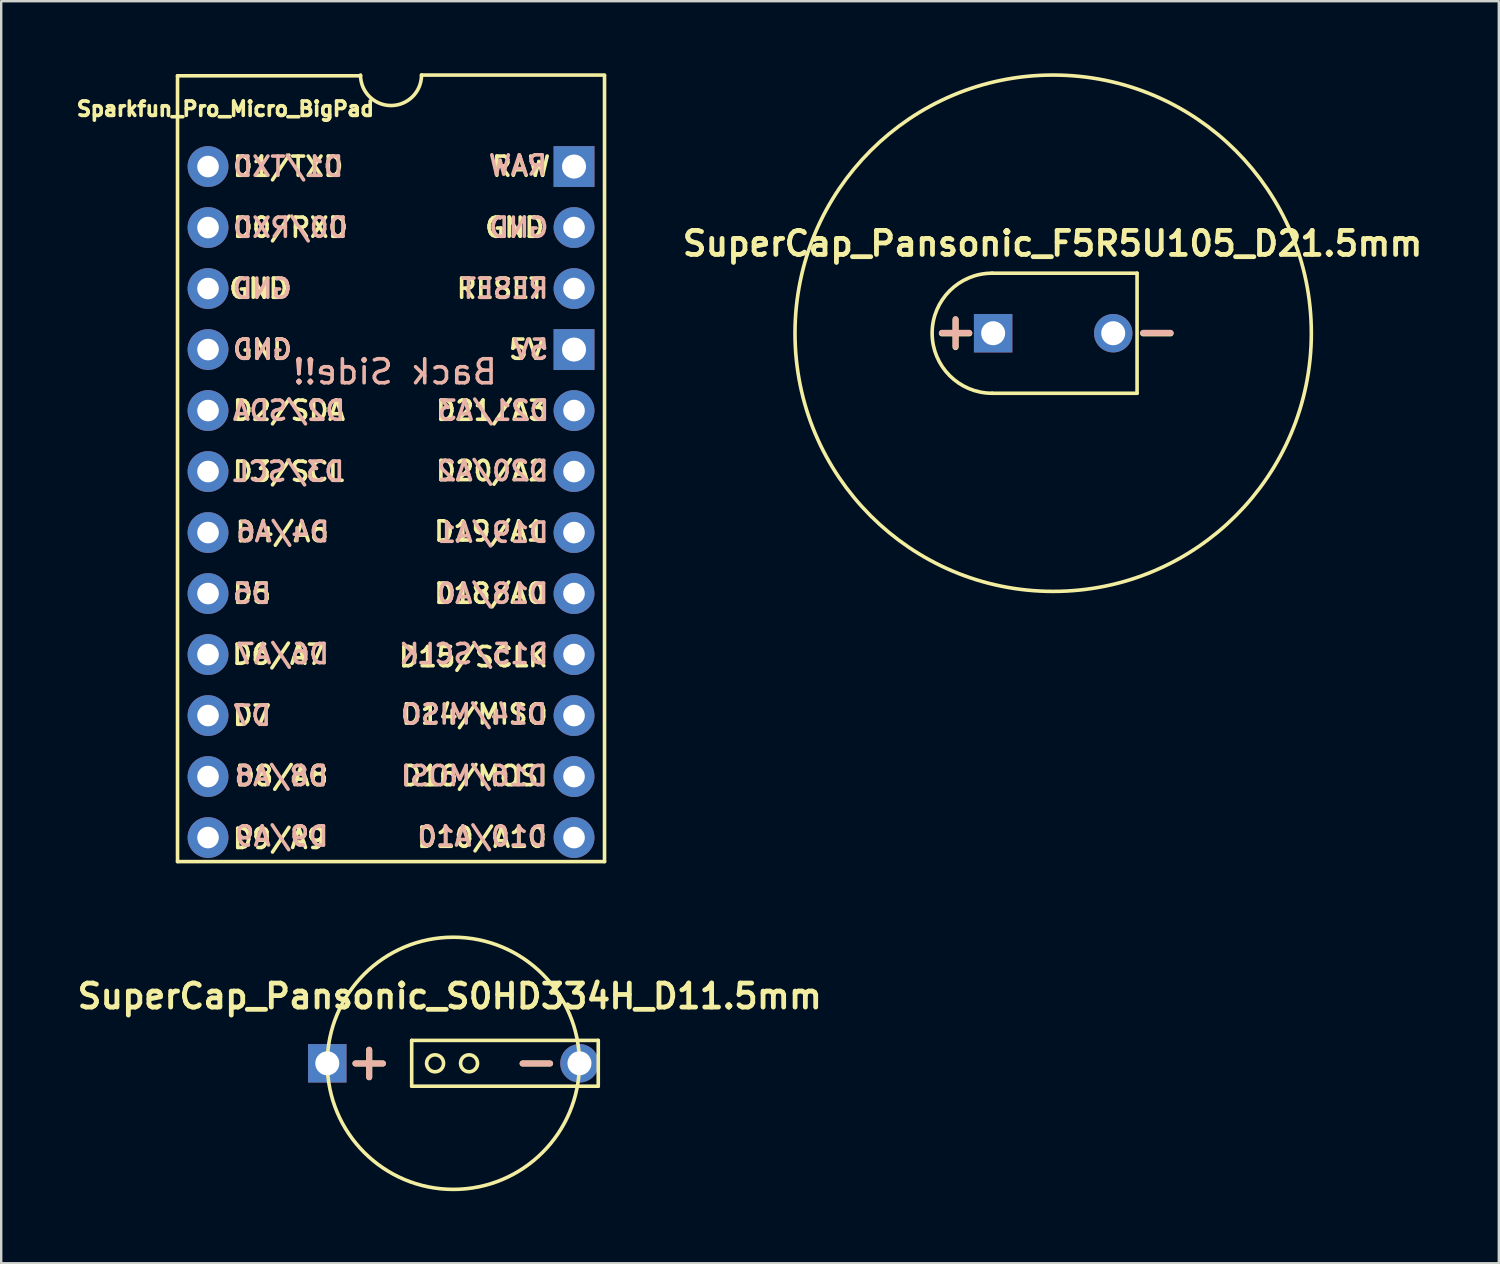
<source format=kicad_pcb>
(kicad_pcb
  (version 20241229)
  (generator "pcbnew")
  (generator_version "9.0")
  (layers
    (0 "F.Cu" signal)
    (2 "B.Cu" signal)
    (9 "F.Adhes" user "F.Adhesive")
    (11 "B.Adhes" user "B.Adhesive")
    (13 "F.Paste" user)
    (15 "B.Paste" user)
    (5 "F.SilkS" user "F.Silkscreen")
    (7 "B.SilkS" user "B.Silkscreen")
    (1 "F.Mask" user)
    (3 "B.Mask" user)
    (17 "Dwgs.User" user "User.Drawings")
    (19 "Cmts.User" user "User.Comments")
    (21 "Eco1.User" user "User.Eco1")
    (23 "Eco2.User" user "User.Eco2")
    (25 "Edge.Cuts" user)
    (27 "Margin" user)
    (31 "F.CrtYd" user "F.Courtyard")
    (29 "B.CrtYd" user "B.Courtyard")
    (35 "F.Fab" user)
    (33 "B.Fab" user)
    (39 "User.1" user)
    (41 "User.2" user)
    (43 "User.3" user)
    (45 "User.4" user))
  (footprint "Sparkfun_Pro_Micro_BigPad"
    (layer "F.Cu")
    (at 13.257 16.61)
    (property "Reference" "Sparkfun_Pro_Micro_BigPad" (at -6.921 -15.126 0) (layer "F.SilkS") (effects (font (size 0.6 0.6) (thickness 0.15))))
    (attr through_hole)
    (fp_line (start -8.915 16.215) (end -8.915 -16.505) (stroke (width 0.15) (type solid)) (layer "F.SilkS"))
    (fp_line (start -8.915 16.215) (end 8.865 16.215) (stroke (width 0.15) (type solid)) (layer "F.SilkS"))
    (fp_line (start -1.295 -16.505) (end -8.915 -16.505) (stroke (width 0.15) (type solid)) (layer "F.SilkS"))
    (fp_line (start 8.865 -16.535) (end 1.245 -16.535) (stroke (width 0.15) (type solid)) (layer "F.SilkS"))
    (fp_line (start 8.865 -16.505) (end 8.865 16.215) (stroke (width 0.15) (type solid)) (layer "F.SilkS"))
    (fp_arc (start 1.2446 -16.5354) (mid -0.0254 -15.2654) (end -1.2954 -16.5354) (stroke (width 0.15) (type solid)) (layer "F.SilkS"))
    (fp_text user "D19/A1" (at 4.089 2.464 0) (layer "F.SilkS") (effects (font (size 0.8 0.8) (thickness 0.15))))
    (fp_text user "D1/TXD" (at -4.312 -12.725 0) (layer "F.SilkS") (effects (font (size 0.8 0.8) (thickness 0.15))))
    (fp_text user "D0/RXD" (at -4.216 -10.185 0) (layer "F.SilkS") (effects (font (size 0.8 0.8) (thickness 0.15))))
    (fp_text user "D10/A10" (at 3.759 15.215 0) (layer "F.SilkS") (effects (font (size 0.8 0.8) (thickness 0.15))))
    (fp_text user "D20/A2" (at 4.166 -0.051 0) (layer "F.SilkS") (effects (font (size 0.8 0.8) (thickness 0.15))))
    (fp_text user "D4/A6" (at -6.579 2.489 0) (layer "F.SilkS") (effects (font (size 0.8 0.8) (thickness 0.15)) (justify left)))
    (fp_text user "D6/A7" (at -4.699 7.595 0) (layer "F.SilkS") (effects (font (size 0.8 0.8) (thickness 0.15))))
    (fp_text user "D5" (at -5.816 5.055 0) (layer "F.SilkS") (effects (font (size 0.8 0.8) (thickness 0.15))))
    (fp_text user "D21/A3" (at 4.166 -2.565 0) (layer "F.SilkS") (effects (font (size 0.8 0.8) (thickness 0.15))))
    (fp_text user "RESET" (at 4.534 -7.645 0) (layer "F.SilkS") (effects (font (size 0.8 0.8) (thickness 0.15))))
    (fp_text user "D8/A8" (at -6.604 12.649 0) (layer "F.SilkS") (effects (font (size 0.8 0.8) (thickness 0.15)) (justify left)))
    (fp_text user "D3/SCL" (at -4.293 -0.025 0) (layer "F.SilkS") (effects (font (size 0.8 0.8) (thickness 0.15))))
    (fp_text user "D7" (at -5.816 10.135 0) (layer "F.SilkS") (effects (font (size 0.8 0.8) (thickness 0.15))))
    (fp_text user "D16/MOSI" (at 3.454 12.649 0) (layer "F.SilkS") (effects (font (size 0.8 0.8) (thickness 0.15))))
    (fp_text user "D9/A9" (at -4.674 15.265 0) (layer "F.SilkS") (effects (font (size 0.8 0.8) (thickness 0.15))))
    (fp_text user "GND" (at -5.378 -5.105 0) (layer "F.SilkS") (effects (font (size 0.8 0.8) (thickness 0.15))))
    (fp_text user "D2/SDA" (at -4.274 -2.565 0) (layer "F.SilkS") (effects (font (size 0.8 0.8) (thickness 0.15))))
    (fp_text user "GND" (at 5.124 -10.185 0) (layer "F.SilkS") (effects (font (size 0.8 0.8) (thickness 0.15))))
    (fp_text user "GND" (at -4.216 -7.645 0) (layer "F.SilkS") (effects (font (size 0.8 0.8) (thickness 0.15)) (justify right)))
    (fp_text user "D18/A0" (at 4.089 5.055 0) (layer "F.SilkS") (effects (font (size 0.8 0.8) (thickness 0.15))))
    (fp_text user "5V" (at 5.62 -5.105 0) (layer "F.SilkS") (effects (font (size 0.8 0.8) (thickness 0.15))))
    (fp_text user "D14/MISO" (at 3.454 10.084 0) (layer "F.SilkS") (effects (font (size 0.8 0.8) (thickness 0.15))))
    (fp_text user "RAW" (at 5.391 -12.725 0) (layer "F.SilkS") (effects (font (size 0.8 0.8) (thickness 0.15))))
    (fp_text user "D15/SCLK" (at 3.404 7.696 0) (layer "F.SilkS") (effects (font (size 0.8 0.8) (thickness 0.15))))
    (fp_text user "D8/A8" (at -4.597 12.649 0) (layer "B.SilkS") (effects (font (size 0.8 0.8) (thickness 0.15)) (justify mirror)))
    (fp_text user "D15/SCLK" (at 3.429 7.569 0) (layer "B.SilkS") (effects (font (size 0.8 0.8) (thickness 0.15)) (justify mirror)))
    (fp_text user "Back Side!!" (at 0.14 -4.178 0) (layer "B.SilkS") (effects (font (size 1 1) (thickness 0.15)) (justify mirror)))
    (fp_text user "D21/A3" (at 4.242 -2.565 0) (layer "B.SilkS") (effects (font (size 0.8 0.8) (thickness 0.15)) (justify mirror)))
    (fp_text user "RESET" (at 4.705 -7.645 0) (layer "B.SilkS") (effects (font (size 0.8 0.8) (thickness 0.15)) (justify mirror)))
    (fp_text user "D10/A10" (at 3.785 15.164 0) (layer "B.SilkS") (effects (font (size 0.8 0.8) (thickness 0.15)) (justify mirror)))
    (fp_text user "D3/SCL" (at -4.293 -0.025 0) (layer "B.SilkS") (effects (font (size 0.8 0.8) (thickness 0.15)) (justify mirror)))
    (fp_text user "D2/SDA" (at -4.274 -2.565 0) (layer "B.SilkS") (effects (font (size 0.8 0.8) (thickness 0.15)) (justify mirror)))
    (fp_text user "D1/TXD" (at -4.312 -12.725 0) (layer "B.SilkS") (effects (font (size 0.8 0.8) (thickness 0.15)) (justify mirror)))
    (fp_text user "5V" (at 5.791 -5.105 0) (layer "B.SilkS") (effects (font (size 0.8 0.8) (thickness 0.15)) (justify mirror)))
    (fp_text user "GND" (at 5.296 -10.185 0) (layer "B.SilkS") (effects (font (size 0.8 0.8) (thickness 0.15)) (justify mirror)))
    (fp_text user "D7" (at -5.816 10.135 0) (layer "B.SilkS") (effects (font (size 0.8 0.8) (thickness 0.15)) (justify mirror)))
    (fp_text user "D16/MOSI" (at 3.429 12.649 0) (layer "B.SilkS") (effects (font (size 0.8 0.8) (thickness 0.15)) (justify mirror)))
    (fp_text user "D0/RXD" (at -4.216 -10.185 0) (layer "B.SilkS") (effects (font (size 0.8 0.8) (thickness 0.15)) (justify mirror)))
    (fp_text user "D19/A1" (at 4.216 2.515 0) (layer "B.SilkS") (effects (font (size 0.8 0.8) (thickness 0.15)) (justify mirror)))
    (fp_text user "GND" (at -5.378 -5.105 0) (layer "B.SilkS") (effects (font (size 0.8 0.8) (thickness 0.15)) (justify mirror)))
    (fp_text user "D18/A0" (at 4.21 5.055 0) (layer "B.SilkS") (effects (font (size 0.8 0.8) (thickness 0.15)) (justify mirror)))
    (fp_text user "D14/MISO" (at 3.429 10.084 0) (layer "B.SilkS") (effects (font (size 0.8 0.8) (thickness 0.15)) (justify mirror)))
    (fp_text user "D20/A2" (at 4.216 -0.051 0) (layer "B.SilkS") (effects (font (size 0.8 0.8) (thickness 0.15)) (justify mirror)))
    (fp_text user "D9/A9" (at -4.572 15.164 0) (layer "B.SilkS") (effects (font (size 0.8 0.8) (thickness 0.15)) (justify mirror)))
    (fp_text user "D5" (at -5.816 5.055 0) (layer "B.SilkS") (effects (font (size 0.8 0.8) (thickness 0.15)) (justify mirror)))
    (fp_text user "RAW" (at 5.258 -12.776 0) (layer "B.SilkS") (effects (font (size 0.8 0.8) (thickness 0.15)) (justify mirror)))
    (fp_text user "GND" (at -5.385 -7.645 0) (layer "B.SilkS") (effects (font (size 0.8 0.8) (thickness 0.15)) (justify mirror)))
    (fp_text user "D4/A6" (at -6.553 2.489 0) (layer "B.SilkS") (effects (font (size 0.8 0.8) (thickness 0.15)) (justify right mirror)))
    (fp_text user "D6/A7" (at -4.547 7.569 0) (layer "B.SilkS") (effects (font (size 0.8 0.8) (thickness 0.15)) (justify mirror)))
    (pad "1" thru_hole circle (at -7.645 -12.725) (size 1.7 1.7) (drill 0.9) (layers "*.Cu" "*.Mask"))
    (pad "2" thru_hole circle (at -7.645 -10.185) (size 1.7 1.7) (drill 0.9) (layers "*.Cu" "*.Mask"))
    (pad "3" thru_hole circle (at -7.645 -7.645) (size 1.7 1.7) (drill 0.9) (layers "*.Cu" "*.Mask"))
    (pad "4" thru_hole circle (at -7.645 -5.105) (size 1.7 1.7) (drill 0.9) (layers "*.Cu" "*.Mask"))
    (pad "5" thru_hole circle (at -7.645 -2.565) (size 1.7 1.7) (drill 0.9) (layers "*.Cu" "*.Mask"))
    (pad "6" thru_hole circle (at -7.645 -0.025) (size 1.7 1.7) (drill 0.9) (layers "*.Cu" "*.Mask"))
    (pad "7" thru_hole circle (at -7.645 2.515) (size 1.7 1.7) (drill 0.9) (layers "*.Cu" "*.Mask"))
    (pad "8" thru_hole circle (at -7.645 5.055) (size 1.7 1.7) (drill 0.9) (layers "*.Cu" "*.Mask"))
    (pad "9" thru_hole circle (at -7.645 7.595) (size 1.7 1.7) (drill 0.9) (layers "*.Cu" "*.Mask"))
    (pad "10" thru_hole circle (at -7.645 10.135) (size 1.7 1.7) (drill 0.9) (layers "*.Cu" "*.Mask"))
    (pad "11" thru_hole circle (at -7.645 12.675) (size 1.7 1.7) (drill 0.9) (layers "*.Cu" "*.Mask"))
    (pad "12" thru_hole circle (at -7.645 15.215) (size 1.7 1.7) (drill 0.9) (layers "*.Cu" "*.Mask"))
    (pad "13" thru_hole circle (at 7.595 15.215) (size 1.7 1.7) (drill 0.9) (layers "*.Cu" "*.Mask"))
    (pad "14" thru_hole circle (at 7.595 12.675) (size 1.7 1.7) (drill 0.9) (layers "*.Cu" "*.Mask"))
    (pad "15" thru_hole circle (at 7.595 10.135) (size 1.7 1.7) (drill 0.9) (layers "*.Cu" "*.Mask"))
    (pad "16" thru_hole circle (at 7.595 7.595) (size 1.7 1.7) (drill 0.9) (layers "*.Cu" "*.Mask"))
    (pad "17" thru_hole circle (at 7.595 5.055) (size 1.7 1.7) (drill 0.9) (layers "*.Cu" "*.Mask"))
    (pad "18" thru_hole circle (at 7.595 2.515) (size 1.7 1.7) (drill 0.9) (layers "*.Cu" "*.Mask"))
    (pad "19" thru_hole circle (at 7.595 -0.025) (size 1.7 1.7) (drill 0.9) (layers "*.Cu" "*.Mask"))
    (pad "20" thru_hole circle (at 7.595 -2.565) (size 1.7 1.7) (drill 0.9) (layers "*.Cu" "*.Mask"))
    (pad "21" thru_hole rect (at 7.595 -5.105) (size 1.7 1.7) (drill 1) (layers "*.Cu" "*.Mask"))
    (pad "22" thru_hole circle (at 7.595 -7.645) (size 1.7 1.7) (drill 0.9) (layers "*.Cu" "*.Mask"))
    (pad "23" thru_hole circle (at 7.595 -10.185) (size 1.7 1.7) (drill 0.9) (layers "*.Cu" "*.Mask"))
    (pad "24" thru_hole rect (at 7.595 -12.725) (size 1.7 1.7) (drill 1) (layers "*.Cu" "*.Mask")))
  (footprint "SuperCap_Pansonic_F5R5U105_D21.5mm"
    (layer "F.Cu")
    (at 40.803 10.825)
    (property "Reference" "SuperCap_Pansonic_F5R5U105_D21.5mm" (at -0.025 -3.734 0) (layer "F.SilkS") (effects (font (size 1 1) (thickness 0.2))))
    (attr through_hole)
    (fp_line (start -2.54 2.5) (end 3.493 2.5) (stroke (width 0.15) (type solid)) (layer "F.SilkS"))
    (fp_line (start 3.493 -2.5) (end -2.54 -2.5) (stroke (width 0.15) (type solid)) (layer "F.SilkS"))
    (fp_line (start 3.493 2.5) (end 3.493 -2.5) (stroke (width 0.15) (type solid)) (layer "F.SilkS"))
    (fp_arc (start -2.54 2.5) (mid -5.04 0) (end -2.54 -2.5) (stroke (width 0.15) (type solid)) (layer "F.SilkS"))
    (fp_circle (center 0 0) (end 10.75 0) (stroke (width 0.15) (type solid)) (fill no) (layer "F.SilkS"))
    (fp_text user "-" (at 4.318 -0.102 0) (layer "F.SilkS") (effects (font (size 1.5 1.5) (thickness 0.25))))
    (fp_text user "+" (at -4.064 -0.102 0) (layer "F.SilkS") (effects (font (size 1.5 1.5) (thickness 0.25))))
    (fp_text user "-" (at 4.318 -0.127 0) (layer "B.SilkS") (effects (font (size 1.5 1.5) (thickness 0.25)) (justify mirror)))
    (fp_text user "+" (at -4.064 -0.127 0) (layer "B.SilkS") (effects (font (size 1.5 1.5) (thickness 0.25)) (justify mirror)))
    (pad "1" thru_hole rect (at -2.5 0) (size 1.6 1.6) (drill 1) (layers "*.Cu" "*.Mask"))
    (pad "2" thru_hole circle (at 2.5 0) (size 1.6 1.6) (drill 1) (layers "*.Cu" "*.Mask")))
  (footprint "SuperCap_Pansonic_S0HD334H_D11.5mm"
    (layer "F.Cu")
    (at 10.596 41.225)
    (property "Reference" "SuperCap_Pansonic_S0HD334H_D11.5mm" (at 5.08 -2.794 0) (layer "F.SilkS") (effects (font (size 1 1) (thickness 0.2))))
    (attr through_hole)
    (fp_line (start 3.496 -0.953) (end 3.496 0.953) (stroke (width 0.15) (type solid)) (layer "F.SilkS"))
    (fp_line (start 11.265 -0.953) (end 3.496 -0.953) (stroke (width 0.15) (type solid)) (layer "F.SilkS"))
    (fp_line (start 11.265 -0.953) (end 11.265 0.953) (stroke (width 0.15) (type solid)) (layer "F.SilkS"))
    (fp_line (start 11.265 0.953) (end 3.496 0.953) (stroke (width 0.15) (type solid)) (layer "F.SilkS"))
    (fp_circle (center 4.47 0) (end 4.823 0) (stroke (width 0.15) (type solid)) (fill no) (layer "F.SilkS"))
    (fp_circle (center 5.232 0) (end 10.482 0) (stroke (width 0.15) (type solid)) (fill no) (layer "F.SilkS"))
    (fp_circle (center 5.885 0) (end 6.238 0) (stroke (width 0.15) (type solid)) (fill no) (layer "F.SilkS"))
    (fp_text user "-" (at 8.687 -0.102 0) (layer "F.SilkS") (effects (font (size 1.5 1.5) (thickness 0.25))))
    (fp_text user "+" (at 1.727 -0.102 180) (layer "F.SilkS") (effects (font (size 1.5 1.5) (thickness 0.25))))
    (fp_text user "+" (at 1.727 -0.102 180) (layer "B.SilkS") (effects (font (size 1.5 1.5) (thickness 0.25)) (justify mirror)))
    (fp_text user "-" (at 8.687 -0.102 0) (layer "B.SilkS") (effects (font (size 1.5 1.5) (thickness 0.25)) (justify mirror)))
    (pad "1" thru_hole rect (at -0.018 0) (size 1.6 1.6) (drill 1) (layers "*.Cu" "*.Mask"))
    (pad "2" thru_hole circle (at 10.482 0) (size 1.6 1.6) (drill 1) (layers "*.Cu" "*.Mask")))
  (gr_rect
    (start -3 -3)
    (end 59.359 49.55)
    (stroke (width 0.1) (type default))
    (fill no)
    (layer "Edge.Cuts")))
</source>
